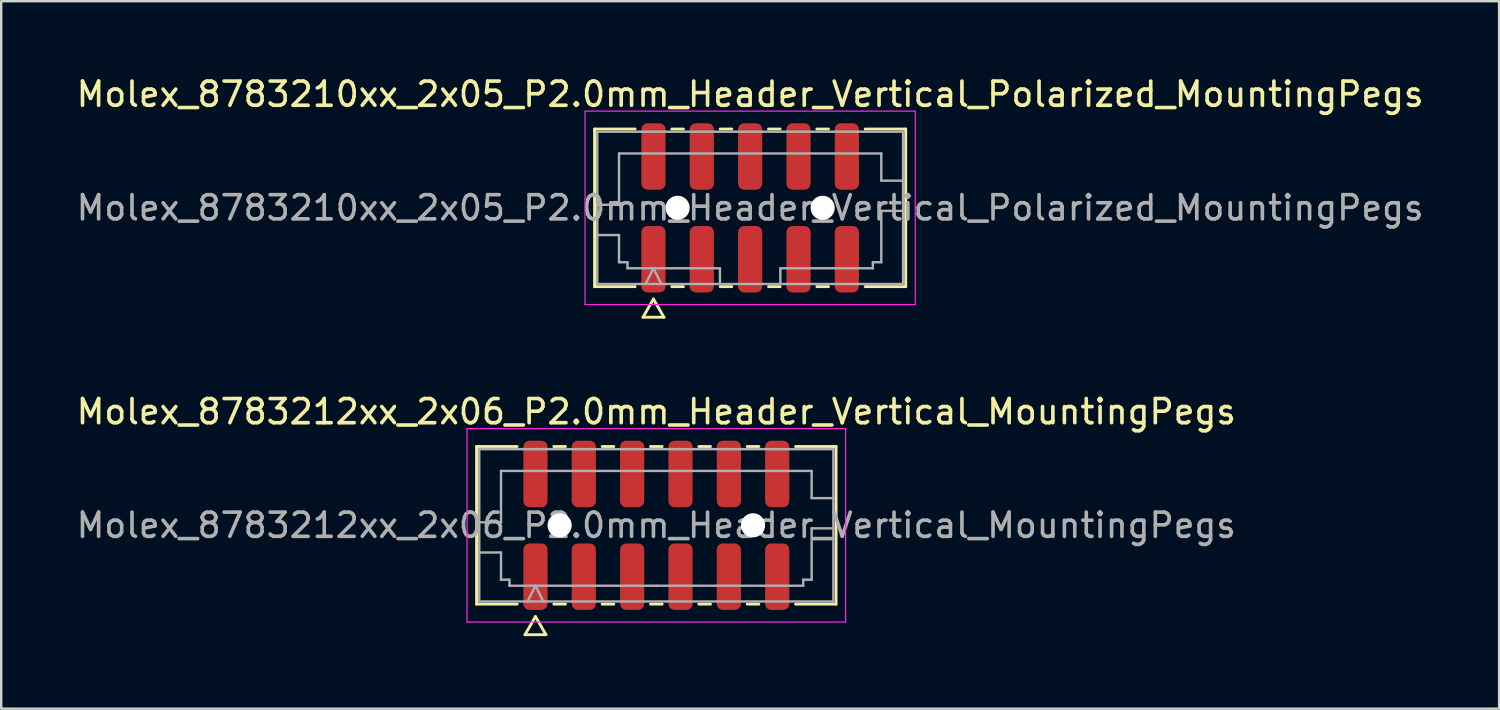
<source format=kicad_pcb>
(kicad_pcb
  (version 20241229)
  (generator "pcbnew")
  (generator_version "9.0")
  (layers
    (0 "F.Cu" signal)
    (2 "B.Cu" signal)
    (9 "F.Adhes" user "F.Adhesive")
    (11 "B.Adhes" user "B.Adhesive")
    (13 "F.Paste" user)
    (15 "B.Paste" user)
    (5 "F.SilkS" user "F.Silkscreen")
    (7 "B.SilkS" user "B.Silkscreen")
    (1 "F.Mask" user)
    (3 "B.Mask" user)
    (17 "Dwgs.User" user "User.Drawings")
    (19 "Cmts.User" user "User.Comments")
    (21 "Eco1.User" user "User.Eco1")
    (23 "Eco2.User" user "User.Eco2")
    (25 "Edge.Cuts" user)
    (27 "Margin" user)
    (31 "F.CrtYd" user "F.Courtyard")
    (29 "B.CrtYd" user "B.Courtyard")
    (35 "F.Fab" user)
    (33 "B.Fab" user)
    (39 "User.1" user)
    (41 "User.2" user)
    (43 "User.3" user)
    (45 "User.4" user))
  (footprint "Molex_8783212xx_2x06_P2.0mm_Header_Vertical_MountingPegs"
    (layer "F.Cu")
    (at 24.101 18.681)
    (property "Reference" "Molex_8783212xx_2x06_P2.0mm_Header_Vertical_MountingPegs" (at 0 -4.7 0) (layer "F.SilkS") (effects (font (size 1 1) (thickness 0.15))))
    (attr smd)
    (fp_line (start -7.435 -3.26) (end -5.76 -3.26) (stroke (width 0.12) (type solid)) (layer "F.SilkS"))
    (fp_line (start -7.435 3.26) (end -7.435 -3.26) (stroke (width 0.12) (type solid)) (layer "F.SilkS"))
    (fp_line (start -5.76 3.26) (end -7.435 3.26) (stroke (width 0.12) (type solid)) (layer "F.SilkS"))
    (fp_line (start -5.433 4.525) (end -5 3.775) (stroke (width 0.12) (type solid)) (layer "F.SilkS"))
    (fp_line (start -5 3.775) (end -4.567 4.525) (stroke (width 0.12) (type solid)) (layer "F.SilkS"))
    (fp_line (start -4.567 4.525) (end -5.433 4.525) (stroke (width 0.12) (type solid)) (layer "F.SilkS"))
    (fp_line (start -4.24 -3.26) (end -3.76 -3.26) (stroke (width 0.12) (type solid)) (layer "F.SilkS"))
    (fp_line (start -3.76 3.26) (end -4.24 3.26) (stroke (width 0.12) (type solid)) (layer "F.SilkS"))
    (fp_line (start -2.24 -3.26) (end -1.76 -3.26) (stroke (width 0.12) (type solid)) (layer "F.SilkS"))
    (fp_line (start -1.76 3.26) (end -2.24 3.26) (stroke (width 0.12) (type solid)) (layer "F.SilkS"))
    (fp_line (start -0.24 -3.26) (end 0.24 -3.26) (stroke (width 0.12) (type solid)) (layer "F.SilkS"))
    (fp_line (start 0.24 3.26) (end -0.24 3.26) (stroke (width 0.12) (type solid)) (layer "F.SilkS"))
    (fp_line (start 1.76 -3.26) (end 2.24 -3.26) (stroke (width 0.12) (type solid)) (layer "F.SilkS"))
    (fp_line (start 2.24 3.26) (end 1.76 3.26) (stroke (width 0.12) (type solid)) (layer "F.SilkS"))
    (fp_line (start 3.76 -3.26) (end 4.24 -3.26) (stroke (width 0.12) (type solid)) (layer "F.SilkS"))
    (fp_line (start 4.24 3.26) (end 3.76 3.26) (stroke (width 0.12) (type solid)) (layer "F.SilkS"))
    (fp_line (start 5.76 -3.26) (end 7.435 -3.26) (stroke (width 0.12) (type solid)) (layer "F.SilkS"))
    (fp_line (start 7.435 -3.26) (end 7.435 3.26) (stroke (width 0.12) (type solid)) (layer "F.SilkS"))
    (fp_line (start 7.435 3.26) (end 5.76 3.26) (stroke (width 0.12) (type solid)) (layer "F.SilkS"))
    (fp_line (start -7.83 -4) (end -7.83 4) (stroke (width 0.05) (type solid)) (layer "F.CrtYd"))
    (fp_line (start -7.83 4) (end 7.83 4) (stroke (width 0.05) (type solid)) (layer "F.CrtYd"))
    (fp_line (start 7.83 -4) (end -7.83 -4) (stroke (width 0.05) (type solid)) (layer "F.CrtYd"))
    (fp_line (start 7.83 4) (end 7.83 -4) (stroke (width 0.05) (type solid)) (layer "F.CrtYd"))
    (fp_line (start -7.325 -3.15) (end 7.325 -3.15) (stroke (width 0.1) (type solid)) (layer "F.Fab"))
    (fp_line (start -7.325 -0.125) (end -6.425 -0.125) (stroke (width 0.1) (type solid)) (layer "F.Fab"))
    (fp_line (start -7.325 1.125) (end -6.425 1.125) (stroke (width 0.1) (type solid)) (layer "F.Fab"))
    (fp_line (start -7.325 3.15) (end -7.325 -3.15) (stroke (width 0.1) (type solid)) (layer "F.Fab"))
    (fp_line (start -6.425 -2.25) (end 6.425 -2.25) (stroke (width 0.1) (type solid)) (layer "F.Fab"))
    (fp_line (start -6.425 -0.125) (end -6.425 -2.25) (stroke (width 0.1) (type solid)) (layer "F.Fab"))
    (fp_line (start -6.425 1.125) (end -6.425 2.25) (stroke (width 0.1) (type solid)) (layer "F.Fab"))
    (fp_line (start -6.425 2.25) (end -6.075 2.25) (stroke (width 0.1) (type solid)) (layer "F.Fab"))
    (fp_line (start -6.075 2.25) (end -6.075 2.5) (stroke (width 0.1) (type solid)) (layer "F.Fab"))
    (fp_line (start -6.075 2.5) (end 0 2.5) (stroke (width 0.1) (type solid)) (layer "F.Fab"))
    (fp_line (start -5.325 3.15) (end -5 2.5) (stroke (width 0.1) (type solid)) (layer "F.Fab"))
    (fp_line (start -5 2.5) (end -4.675 3.15) (stroke (width 0.1) (type solid)) (layer "F.Fab"))
    (fp_line (start 0 2.5) (end 6.075 2.5) (stroke (width 0.1) (type solid)) (layer "F.Fab"))
    (fp_line (start 6.075 2.25) (end 6.425 2.25) (stroke (width 0.1) (type solid)) (layer "F.Fab"))
    (fp_line (start 6.075 2.5) (end 6.075 2.25) (stroke (width 0.1) (type solid)) (layer "F.Fab"))
    (fp_line (start 6.425 -2.25) (end 6.425 -1.125) (stroke (width 0.1) (type solid)) (layer "F.Fab"))
    (fp_line (start 6.425 -1.125) (end 7.325 -1.125) (stroke (width 0.1) (type solid)) (layer "F.Fab"))
    (fp_line (start 6.425 0.125) (end 7.325 0.125) (stroke (width 0.1) (type solid)) (layer "F.Fab"))
    (fp_line (start 6.425 2.25) (end 6.425 0.125) (stroke (width 0.1) (type solid)) (layer "F.Fab"))
    (fp_line (start 7.325 -3.15) (end 7.325 3.15) (stroke (width 0.1) (type solid)) (layer "F.Fab"))
    (fp_line (start 7.325 3.15) (end -7.325 3.15) (stroke (width 0.1) (type solid)) (layer "F.Fab"))
    (fp_text user "${REFERENCE}" (at 0 0 0) (layer "F.Fab") (effects (font (size 1 1) (thickness 0.15))))
    (pad "" np_thru_hole circle (at -4 0) (size 1 1) (drill 1) (layers "*.Cu" "*.Mask"))
    (pad "" np_thru_hole circle (at 4 0) (size 1 1) (drill 1) (layers "*.Cu" "*.Mask"))
    (pad "1" smd roundrect (at -5 2.125) (size 1 2.75) (layers "F.Cu" "F.Mask" "F.Paste") (roundrect_rratio 0.25))
    (pad "2" smd roundrect (at -5 -2.125) (size 1 2.75) (layers "F.Cu" "F.Mask" "F.Paste") (roundrect_rratio 0.25))
    (pad "3" smd roundrect (at -3 2.125) (size 1 2.75) (layers "F.Cu" "F.Mask" "F.Paste") (roundrect_rratio 0.25))
    (pad "4" smd roundrect (at -3 -2.125) (size 1 2.75) (layers "F.Cu" "F.Mask" "F.Paste") (roundrect_rratio 0.25))
    (pad "5" smd roundrect (at -1 2.125) (size 1 2.75) (layers "F.Cu" "F.Mask" "F.Paste") (roundrect_rratio 0.25))
    (pad "6" smd roundrect (at -1 -2.125) (size 1 2.75) (layers "F.Cu" "F.Mask" "F.Paste") (roundrect_rratio 0.25))
    (pad "7" smd roundrect (at 1 2.125) (size 1 2.75) (layers "F.Cu" "F.Mask" "F.Paste") (roundrect_rratio 0.25))
    (pad "8" smd roundrect (at 1 -2.125) (size 1 2.75) (layers "F.Cu" "F.Mask" "F.Paste") (roundrect_rratio 0.25))
    (pad "9" smd roundrect (at 3 2.125) (size 1 2.75) (layers "F.Cu" "F.Mask" "F.Paste") (roundrect_rratio 0.25))
    (pad "10" smd roundrect (at 3 -2.125) (size 1 2.75) (layers "F.Cu" "F.Mask" "F.Paste") (roundrect_rratio 0.25))
    (pad "11" smd roundrect (at 5 2.125) (size 1 2.75) (layers "F.Cu" "F.Mask" "F.Paste") (roundrect_rratio 0.25))
    (pad "12" smd roundrect (at 5 -2.125) (size 1 2.75) (layers "F.Cu" "F.Mask" "F.Paste") (roundrect_rratio 0.25)))
  (footprint "Molex_8783210xx_2x05_P2.0mm_Header_Vertical_Polarized_MountingPegs"
    (layer "F.Cu")
    (at 27.982 5.548)
    (property "Reference" "Molex_8783210xx_2x05_P2.0mm_Header_Vertical_Polarized_MountingPegs" (at 0 -4.7 0) (layer "F.SilkS") (effects (font (size 1 1) (thickness 0.15))))
    (attr smd)
    (fp_line (start -6.435 -3.26) (end -4.76 -3.26) (stroke (width 0.12) (type solid)) (layer "F.SilkS"))
    (fp_line (start -6.435 3.26) (end -6.435 -3.26) (stroke (width 0.12) (type solid)) (layer "F.SilkS"))
    (fp_line (start -4.76 3.26) (end -6.435 3.26) (stroke (width 0.12) (type solid)) (layer "F.SilkS"))
    (fp_line (start -4.433 4.525) (end -4 3.775) (stroke (width 0.12) (type solid)) (layer "F.SilkS"))
    (fp_line (start -4 3.775) (end -3.567 4.525) (stroke (width 0.12) (type solid)) (layer "F.SilkS"))
    (fp_line (start -3.567 4.525) (end -4.433 4.525) (stroke (width 0.12) (type solid)) (layer "F.SilkS"))
    (fp_line (start -3.24 -3.26) (end -2.76 -3.26) (stroke (width 0.12) (type solid)) (layer "F.SilkS"))
    (fp_line (start -2.76 3.26) (end -3.24 3.26) (stroke (width 0.12) (type solid)) (layer "F.SilkS"))
    (fp_line (start -1.24 -3.26) (end -0.76 -3.26) (stroke (width 0.12) (type solid)) (layer "F.SilkS"))
    (fp_line (start -0.76 3.26) (end -1.24 3.26) (stroke (width 0.12) (type solid)) (layer "F.SilkS"))
    (fp_line (start 0.76 -3.26) (end 1.24 -3.26) (stroke (width 0.12) (type solid)) (layer "F.SilkS"))
    (fp_line (start 1.24 3.26) (end 0.76 3.26) (stroke (width 0.12) (type solid)) (layer "F.SilkS"))
    (fp_line (start 2.76 -3.26) (end 3.24 -3.26) (stroke (width 0.12) (type solid)) (layer "F.SilkS"))
    (fp_line (start 3.24 3.26) (end 2.76 3.26) (stroke (width 0.12) (type solid)) (layer "F.SilkS"))
    (fp_line (start 4.76 -3.26) (end 6.435 -3.26) (stroke (width 0.12) (type solid)) (layer "F.SilkS"))
    (fp_line (start 6.435 -3.26) (end 6.435 3.26) (stroke (width 0.12) (type solid)) (layer "F.SilkS"))
    (fp_line (start 6.435 3.26) (end 4.76 3.26) (stroke (width 0.12) (type solid)) (layer "F.SilkS"))
    (fp_line (start -6.83 -4) (end -6.83 4) (stroke (width 0.05) (type solid)) (layer "F.CrtYd"))
    (fp_line (start -6.83 4) (end 6.83 4) (stroke (width 0.05) (type solid)) (layer "F.CrtYd"))
    (fp_line (start 6.83 -4) (end -6.83 -4) (stroke (width 0.05) (type solid)) (layer "F.CrtYd"))
    (fp_line (start 6.83 4) (end 6.83 -4) (stroke (width 0.05) (type solid)) (layer "F.CrtYd"))
    (fp_line (start -6.325 -3.15) (end 6.325 -3.15) (stroke (width 0.1) (type solid)) (layer "F.Fab"))
    (fp_line (start -6.325 -0.125) (end -5.425 -0.125) (stroke (width 0.1) (type solid)) (layer "F.Fab"))
    (fp_line (start -6.325 1.125) (end -5.425 1.125) (stroke (width 0.1) (type solid)) (layer "F.Fab"))
    (fp_line (start -6.325 3.15) (end -6.325 -3.15) (stroke (width 0.1) (type solid)) (layer "F.Fab"))
    (fp_line (start -5.425 -2.25) (end 5.425 -2.25) (stroke (width 0.1) (type solid)) (layer "F.Fab"))
    (fp_line (start -5.425 -0.125) (end -5.425 -2.25) (stroke (width 0.1) (type solid)) (layer "F.Fab"))
    (fp_line (start -5.425 1.125) (end -5.425 2.25) (stroke (width 0.1) (type solid)) (layer "F.Fab"))
    (fp_line (start -5.425 2.25) (end -5.075 2.25) (stroke (width 0.1) (type solid)) (layer "F.Fab"))
    (fp_line (start -5.075 2.25) (end -5.075 2.5) (stroke (width 0.1) (type solid)) (layer "F.Fab"))
    (fp_line (start -5.075 2.5) (end -1.25 2.5) (stroke (width 0.1) (type solid)) (layer "F.Fab"))
    (fp_line (start -4.325 3.15) (end -4 2.5) (stroke (width 0.1) (type solid)) (layer "F.Fab"))
    (fp_line (start -4 2.5) (end -3.675 3.15) (stroke (width 0.1) (type solid)) (layer "F.Fab"))
    (fp_line (start -1.25 2.5) (end -1.25 3.15) (stroke (width 0.1) (type solid)) (layer "F.Fab"))
    (fp_line (start 1.25 2.5) (end 1.25 3.15) (stroke (width 0.1) (type solid)) (layer "F.Fab"))
    (fp_line (start 1.25 2.5) (end 5.075 2.5) (stroke (width 0.1) (type solid)) (layer "F.Fab"))
    (fp_line (start 5.075 2.25) (end 5.425 2.25) (stroke (width 0.1) (type solid)) (layer "F.Fab"))
    (fp_line (start 5.075 2.5) (end 5.075 2.25) (stroke (width 0.1) (type solid)) (layer "F.Fab"))
    (fp_line (start 5.425 -2.25) (end 5.425 -1.125) (stroke (width 0.1) (type solid)) (layer "F.Fab"))
    (fp_line (start 5.425 -1.125) (end 6.325 -1.125) (stroke (width 0.1) (type solid)) (layer "F.Fab"))
    (fp_line (start 5.425 0.125) (end 6.325 0.125) (stroke (width 0.1) (type solid)) (layer "F.Fab"))
    (fp_line (start 5.425 2.25) (end 5.425 0.125) (stroke (width 0.1) (type solid)) (layer "F.Fab"))
    (fp_line (start 6.325 -3.15) (end 6.325 3.15) (stroke (width 0.1) (type solid)) (layer "F.Fab"))
    (fp_line (start 6.325 3.15) (end -6.325 3.15) (stroke (width 0.1) (type solid)) (layer "F.Fab"))
    (fp_text user "${REFERENCE}" (at 0 0 0) (layer "F.Fab") (effects (font (size 1 1) (thickness 0.15))))
    (pad "" np_thru_hole circle (at -3 0) (size 1 1) (drill 1) (layers "*.Cu" "*.Mask"))
    (pad "" np_thru_hole circle (at 3 0) (size 1 1) (drill 1) (layers "*.Cu" "*.Mask"))
    (pad "1" smd roundrect (at -4 2.125) (size 1 2.75) (layers "F.Cu" "F.Mask" "F.Paste") (roundrect_rratio 0.25))
    (pad "2" smd roundrect (at -4 -2.125) (size 1 2.75) (layers "F.Cu" "F.Mask" "F.Paste") (roundrect_rratio 0.25))
    (pad "3" smd roundrect (at -2 2.125) (size 1 2.75) (layers "F.Cu" "F.Mask" "F.Paste") (roundrect_rratio 0.25))
    (pad "4" smd roundrect (at -2 -2.125) (size 1 2.75) (layers "F.Cu" "F.Mask" "F.Paste") (roundrect_rratio 0.25))
    (pad "5" smd roundrect (at 0 2.125) (size 1 2.75) (layers "F.Cu" "F.Mask" "F.Paste") (roundrect_rratio 0.25))
    (pad "6" smd roundrect (at 0 -2.125) (size 1 2.75) (layers "F.Cu" "F.Mask" "F.Paste") (roundrect_rratio 0.25))
    (pad "7" smd roundrect (at 2 2.125) (size 1 2.75) (layers "F.Cu" "F.Mask" "F.Paste") (roundrect_rratio 0.25))
    (pad "8" smd roundrect (at 2 -2.125) (size 1 2.75) (layers "F.Cu" "F.Mask" "F.Paste") (roundrect_rratio 0.25))
    (pad "9" smd roundrect (at 4 2.125) (size 1 2.75) (layers "F.Cu" "F.Mask" "F.Paste") (roundrect_rratio 0.25))
    (pad "10" smd roundrect (at 4 -2.125) (size 1 2.75) (layers "F.Cu" "F.Mask" "F.Paste") (roundrect_rratio 0.25)))
  (gr_rect
    (start -3 -3)
    (end 58.964 26.267)
    (stroke (width 0.1) (type default))
    (fill no)
    (layer "Edge.Cuts")))
</source>
